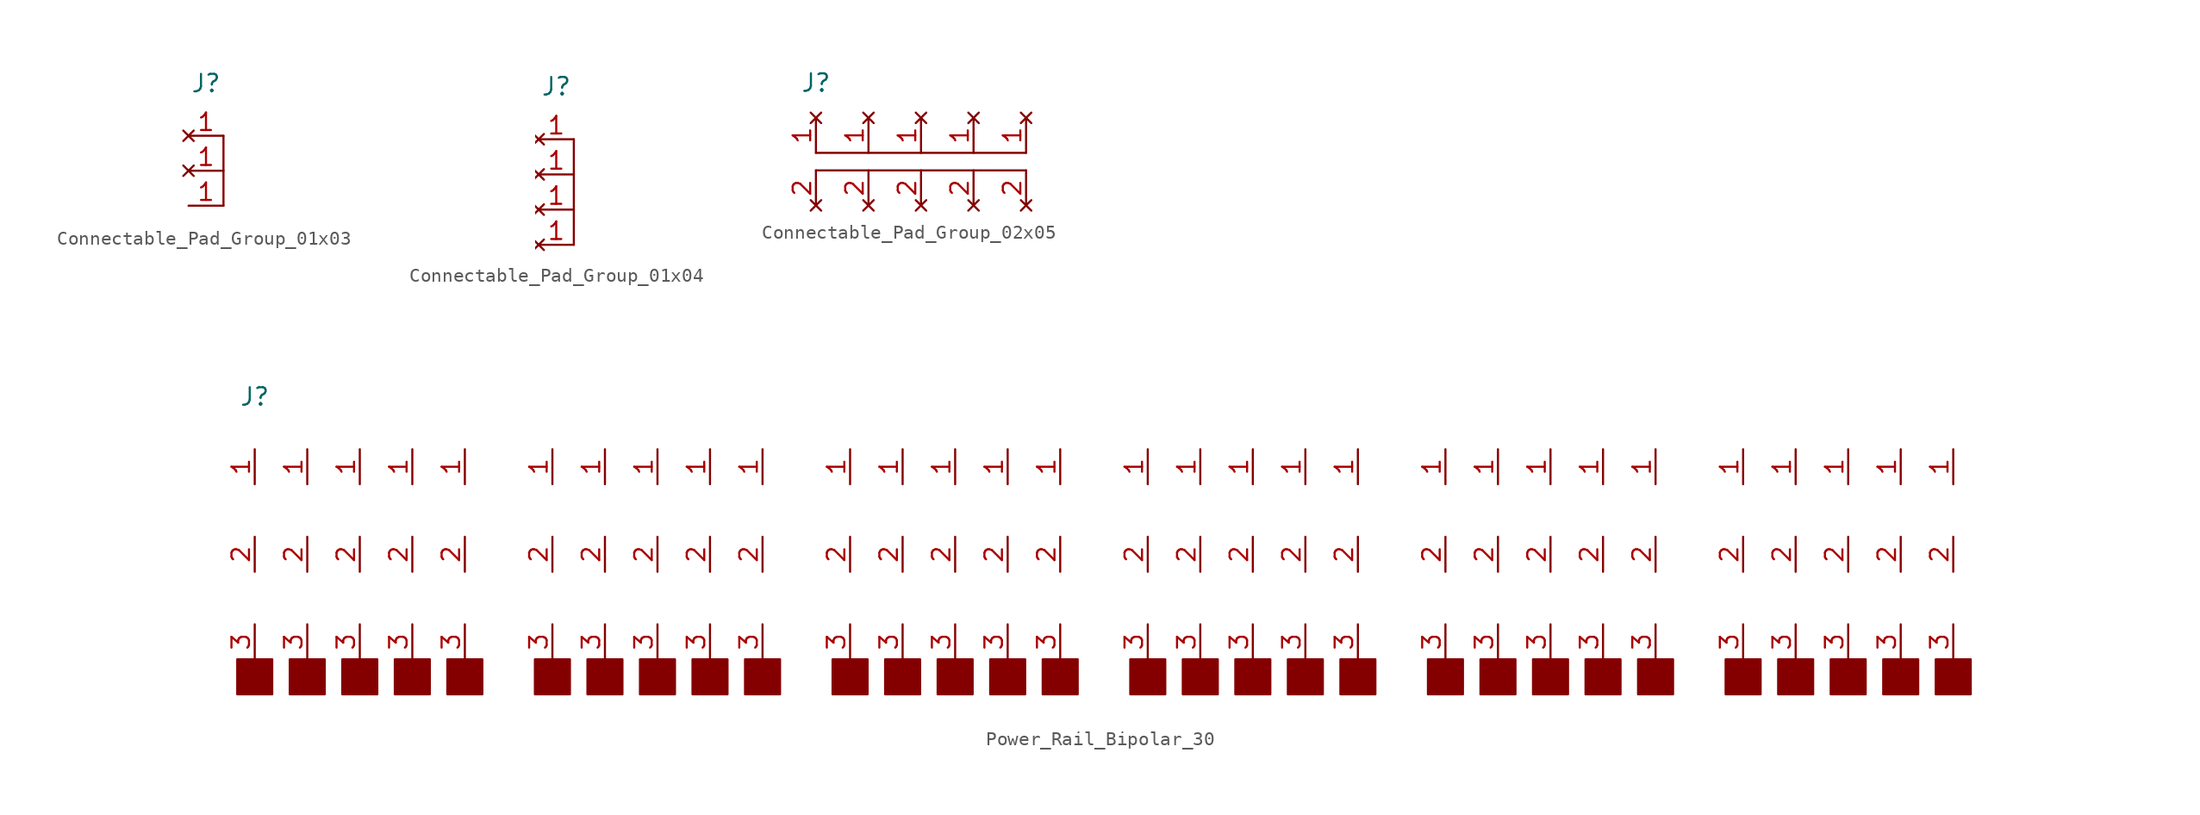
<source format=kicad_sym>
(kicad_symbol_lib
  (version 20220914)
  (generator kicad_symbol_editor)
  (symbol "Connectable_Pad_Group_01x03"
    (property "Reference" "J"
      (at 0 2.54 0)
      (effects (font (size 1.27 1.27))))
    (symbol "Connectable_Pad_Group_01x03_0_1"
      (polyline (pts (xy 1.27 -1.27) (xy 1.27 -6.35)) (stroke (width 0) (type default)) (fill (type none))))
    (symbol "Connectable_Pad_Group_01x03_1_1"
      (pin passive line (at -1.27 -6.35 0) (length 2.54) (name "" (effects (font (size 1.27 1.27)))) (number "1" (effects (font (size 1.27 1.27)))))
      (pin no_connect line (at -1.27 -3.81 0) (length 2.54) (name "" (effects (font (size 1.27 1.27)))) (number "1" (effects (font (size 1.27 1.27)))))
      (pin no_connect line (at -1.27 -1.27 0) (length 2.54) (name "" (effects (font (size 1.27 1.27)))) (number "1" (effects (font (size 1.27 1.27)))))))
  (symbol "Connectable_Pad_Group_01x04"
    (property "Reference" "J"
      (at 0 2.54 0)
      (effects (font (size 1.27 1.27))))
    (symbol "Connectable_Pad_Group_01x04_0_1"
      (polyline (pts (xy 1.27 -1.27) (xy 1.27 -8.89)) (stroke (width 0) (type default)) (fill (type none))))
    (symbol "Connectable_Pad_Group_01x04_1_1"
      (pin no_connect line (at -1.27 -8.89 0) (length 2.54) (name "" (effects (font (size 1.27 1.27)))) (number "1" (effects (font (size 1.27 1.27)))))
      (pin no_connect line (at -1.27 -6.35 0) (length 2.54) (name "" (effects (font (size 1.27 1.27)))) (number "1" (effects (font (size 1.27 1.27)))))
      (pin no_connect line (at -1.27 -3.81 0) (length 2.54) (name "" (effects (font (size 1.27 1.27)))) (number "1" (effects (font (size 1.27 1.27)))))
      (pin no_connect line (at -1.27 -1.27 0) (length 2.54) (name "" (effects (font (size 1.27 1.27)))) (number "1" (effects (font (size 1.27 1.27)))))))
  (symbol "Connectable_Pad_Group_02x05"
    (property "Reference" "J"
      (at 0 0 0)
      (effects (font (size 1.27 1.27))))
    (property "Value" ""
      (at 0 0 0)
      (effects (font (size 1.27 1.27))))
    (symbol "Connectable_Pad_Group_02x05_0_1"
      (polyline (pts (xy 0 -5.08) (xy 15.24 -5.08)) (stroke (width 0) (type default)) (fill (type none)))
      (polyline (pts (xy 15.24 -6.35) (xy 0 -6.35)) (stroke (width 0) (type default)) (fill (type none))))
    (symbol "Connectable_Pad_Group_02x05_1_1"
      (pin no_connect line (at 0 -2.54 270) (length 2.54) (name "" (effects (font (size 1.27 1.27)))) (number "1" (effects (font (size 1.27 1.27)))))
      (pin no_connect line (at 3.81 -2.54 270) (length 2.54) (name "" (effects (font (size 1.27 1.27)))) (number "1" (effects (font (size 1.27 1.27)))))
      (pin no_connect line (at 7.62 -2.54 270) (length 2.54) (name "" (effects (font (size 1.27 1.27)))) (number "1" (effects (font (size 1.27 1.27)))))
      (pin no_connect line (at 11.43 -2.54 270) (length 2.54) (name "" (effects (font (size 1.27 1.27)))) (number "1" (effects (font (size 1.27 1.27)))))
      (pin no_connect line (at 15.24 -2.54 270) (length 2.54) (name "" (effects (font (size 1.27 1.27)))) (number "1" (effects (font (size 1.27 1.27)))))
      (pin no_connect line (at 0 -8.89 90) (length 2.54) (name "" (effects (font (size 1.27 1.27)))) (number "2" (effects (font (size 1.27 1.27)))))
      (pin no_connect line (at 3.81 -8.89 90) (length 2.54) (name "" (effects (font (size 1.27 1.27)))) (number "2" (effects (font (size 1.27 1.27)))))
      (pin no_connect line (at 7.62 -8.89 90) (length 2.54) (name "" (effects (font (size 1.27 1.27)))) (number "2" (effects (font (size 1.27 1.27)))))
      (pin no_connect line (at 11.43 -8.89 90) (length 2.54) (name "" (effects (font (size 1.27 1.27)))) (number "2" (effects (font (size 1.27 1.27)))))
      (pin no_connect line (at 15.24 -8.89 90) (length 2.54) (name "" (effects (font (size 1.27 1.27)))) (number "2" (effects (font (size 1.27 1.27)))))))
  (symbol "Power_Rail_Bipolar_30"
    (property "Reference" "J"
      (at 0 2.54 0)
      (effects (font (size 1.27 1.27))))
    (symbol "Power_Rail_Bipolar_30_0_1"
      (rectangle (start -1.27 -16.51) (end 1.27 -19.05) (stroke (width 0) (type default)) (fill (type outline)))
      (rectangle (start 2.54 -16.51) (end 5.08 -19.05) (stroke (width 0) (type default)) (fill (type outline)))
      (rectangle (start 6.35 -16.51) (end 8.89 -19.05) (stroke (width 0) (type default)) (fill (type outline)))
      (rectangle (start 10.16 -16.51) (end 12.7 -19.05) (stroke (width 0) (type default)) (fill (type outline)))
      (rectangle (start 13.97 -16.51) (end 16.51 -19.05) (stroke (width 0) (type default)) (fill (type outline)))
      (rectangle (start 20.32 -16.51) (end 22.86 -19.05) (stroke (width 0) (type default)) (fill (type outline)))
      (rectangle (start 24.13 -16.51) (end 26.67 -19.05) (stroke (width 0) (type default)) (fill (type outline)))
      (rectangle (start 27.94 -16.51) (end 30.48 -19.05) (stroke (width 0) (type default)) (fill (type outline)))
      (rectangle (start 31.75 -16.51) (end 34.29 -19.05) (stroke (width 0) (type default)) (fill (type outline)))
      (rectangle (start 35.56 -16.51) (end 38.1 -19.05) (stroke (width 0) (type default)) (fill (type outline)))
      (rectangle (start 41.91 -16.51) (end 44.45 -19.05) (stroke (width 0) (type default)) (fill (type outline)))
      (rectangle (start 45.72 -16.51) (end 48.26 -19.05) (stroke (width 0) (type default)) (fill (type outline)))
      (rectangle (start 49.53 -16.51) (end 52.07 -19.05) (stroke (width 0) (type default)) (fill (type outline)))
      (rectangle (start 53.34 -16.51) (end 55.88 -19.05) (stroke (width 0) (type default)) (fill (type outline)))
      (rectangle (start 57.15 -16.51) (end 59.69 -19.05) (stroke (width 0) (type default)) (fill (type outline)))
      (rectangle (start 63.5 -16.51) (end 66.04 -19.05) (stroke (width 0) (type default)) (fill (type outline)))
      (rectangle (start 67.31 -16.51) (end 69.85 -19.05) (stroke (width 0) (type default)) (fill (type outline)))
      (rectangle (start 71.12 -16.51) (end 73.66 -19.05) (stroke (width 0) (type default)) (fill (type outline)))
      (rectangle (start 74.93 -16.51) (end 77.47 -19.05) (stroke (width 0) (type default)) (fill (type outline)))
      (rectangle (start 78.74 -16.51) (end 81.28 -19.05) (stroke (width 0) (type default)) (fill (type outline)))
      (rectangle (start 85.09 -16.51) (end 87.63 -19.05) (stroke (width 0) (type default)) (fill (type outline)))
      (rectangle (start 88.9 -16.51) (end 91.44 -19.05) (stroke (width 0) (type default)) (fill (type outline)))
      (rectangle (start 92.71 -16.51) (end 95.25 -19.05) (stroke (width 0) (type default)) (fill (type outline)))
      (rectangle (start 96.52 -16.51) (end 99.06 -19.05) (stroke (width 0) (type default)) (fill (type outline)))
      (rectangle (start 100.33 -16.51) (end 102.87 -19.05) (stroke (width 0) (type default)) (fill (type outline)))
      (rectangle (start 106.68 -16.51) (end 109.22 -19.05) (stroke (width 0) (type default)) (fill (type outline)))
      (rectangle (start 110.49 -16.51) (end 113.03 -19.05) (stroke (width 0) (type default)) (fill (type outline)))
      (rectangle (start 114.3 -16.51) (end 116.84 -19.05) (stroke (width 0) (type default)) (fill (type outline)))
      (rectangle (start 118.11 -16.51) (end 120.65 -19.05) (stroke (width 0) (type default)) (fill (type outline)))
      (rectangle (start 121.92 -16.51) (end 124.46 -19.05) (stroke (width 0) (type default)) (fill (type outline))))
    (symbol "Power_Rail_Bipolar_30_1_1"
      (pin passive line (at 0 -1.27 270) (length 2.54) (name "" (effects (font (size 1.27 1.27)))) (number "1" (effects (font (size 1.27 1.27)))))
      (pin passive line (at 3.81 -1.27 270) (length 2.54) (name "" (effects (font (size 1.27 1.27)))) (number "1" (effects (font (size 1.27 1.27)))))
      (pin passive line (at 7.62 -1.27 270) (length 2.54) (name "" (effects (font (size 1.27 1.27)))) (number "1" (effects (font (size 1.27 1.27)))))
      (pin passive line (at 11.43 -1.27 270) (length 2.54) (name "" (effects (font (size 1.27 1.27)))) (number "1" (effects (font (size 1.27 1.27)))))
      (pin passive line (at 15.24 -1.27 270) (length 2.54) (name "" (effects (font (size 1.27 1.27)))) (number "1" (effects (font (size 1.27 1.27)))))
      (pin passive line (at 21.59 -1.27 270) (length 2.54) (name "" (effects (font (size 1.27 1.27)))) (number "1" (effects (font (size 1.27 1.27)))))
      (pin passive line (at 25.4 -1.27 270) (length 2.54) (name "" (effects (font (size 1.27 1.27)))) (number "1" (effects (font (size 1.27 1.27)))))
      (pin passive line (at 29.21 -1.27 270) (length 2.54) (name "" (effects (font (size 1.27 1.27)))) (number "1" (effects (font (size 1.27 1.27)))))
      (pin passive line (at 33.02 -1.27 270) (length 2.54) (name "" (effects (font (size 1.27 1.27)))) (number "1" (effects (font (size 1.27 1.27)))))
      (pin passive line (at 36.83 -1.27 270) (length 2.54) (name "" (effects (font (size 1.27 1.27)))) (number "1" (effects (font (size 1.27 1.27)))))
      (pin passive line (at 43.18 -1.27 270) (length 2.54) (name "" (effects (font (size 1.27 1.27)))) (number "1" (effects (font (size 1.27 1.27)))))
      (pin passive line (at 46.99 -1.27 270) (length 2.54) (name "" (effects (font (size 1.27 1.27)))) (number "1" (effects (font (size 1.27 1.27)))))
      (pin passive line (at 50.8 -1.27 270) (length 2.54) (name "" (effects (font (size 1.27 1.27)))) (number "1" (effects (font (size 1.27 1.27)))))
      (pin passive line (at 54.61 -1.27 270) (length 2.54) (name "" (effects (font (size 1.27 1.27)))) (number "1" (effects (font (size 1.27 1.27)))))
      (pin passive line (at 58.42 -1.27 270) (length 2.54) (name "" (effects (font (size 1.27 1.27)))) (number "1" (effects (font (size 1.27 1.27)))))
      (pin passive line (at 64.77 -1.27 270) (length 2.54) (name "" (effects (font (size 1.27 1.27)))) (number "1" (effects (font (size 1.27 1.27)))))
      (pin passive line (at 68.58 -1.27 270) (length 2.54) (name "" (effects (font (size 1.27 1.27)))) (number "1" (effects (font (size 1.27 1.27)))))
      (pin passive line (at 72.39 -1.27 270) (length 2.54) (name "" (effects (font (size 1.27 1.27)))) (number "1" (effects (font (size 1.27 1.27)))))
      (pin passive line (at 76.2 -1.27 270) (length 2.54) (name "" (effects (font (size 1.27 1.27)))) (number "1" (effects (font (size 1.27 1.27)))))
      (pin passive line (at 80.01 -1.27 270) (length 2.54) (name "" (effects (font (size 1.27 1.27)))) (number "1" (effects (font (size 1.27 1.27)))))
      (pin passive line (at 86.36 -1.27 270) (length 2.54) (name "" (effects (font (size 1.27 1.27)))) (number "1" (effects (font (size 1.27 1.27)))))
      (pin passive line (at 90.17 -1.27 270) (length 2.54) (name "" (effects (font (size 1.27 1.27)))) (number "1" (effects (font (size 1.27 1.27)))))
      (pin passive line (at 93.98 -1.27 270) (length 2.54) (name "" (effects (font (size 1.27 1.27)))) (number "1" (effects (font (size 1.27 1.27)))))
      (pin passive line (at 97.79 -1.27 270) (length 2.54) (name "" (effects (font (size 1.27 1.27)))) (number "1" (effects (font (size 1.27 1.27)))))
      (pin passive line (at 101.6 -1.27 270) (length 2.54) (name "" (effects (font (size 1.27 1.27)))) (number "1" (effects (font (size 1.27 1.27)))))
      (pin passive line (at 107.95 -1.27 270) (length 2.54) (name "" (effects (font (size 1.27 1.27)))) (number "1" (effects (font (size 1.27 1.27)))))
      (pin passive line (at 111.76 -1.27 270) (length 2.54) (name "" (effects (font (size 1.27 1.27)))) (number "1" (effects (font (size 1.27 1.27)))))
      (pin passive line (at 115.57 -1.27 270) (length 2.54) (name "" (effects (font (size 1.27 1.27)))) (number "1" (effects (font (size 1.27 1.27)))))
      (pin passive line (at 119.38 -1.27 270) (length 2.54) (name "" (effects (font (size 1.27 1.27)))) (number "1" (effects (font (size 1.27 1.27)))))
      (pin passive line (at 123.19 -1.27 270) (length 2.54) (name "" (effects (font (size 1.27 1.27)))) (number "1" (effects (font (size 1.27 1.27)))))
      (pin passive line (at 0 -7.62 270) (length 2.54) (name "" (effects (font (size 1.27 1.27)))) (number "2" (effects (font (size 1.27 1.27)))))
      (pin passive line (at 3.81 -7.62 270) (length 2.54) (name "" (effects (font (size 1.27 1.27)))) (number "2" (effects (font (size 1.27 1.27)))))
      (pin passive line (at 7.62 -7.62 270) (length 2.54) (name "" (effects (font (size 1.27 1.27)))) (number "2" (effects (font (size 1.27 1.27)))))
      (pin passive line (at 11.43 -7.62 270) (length 2.54) (name "" (effects (font (size 1.27 1.27)))) (number "2" (effects (font (size 1.27 1.27)))))
      (pin passive line (at 15.24 -7.62 270) (length 2.54) (name "" (effects (font (size 1.27 1.27)))) (number "2" (effects (font (size 1.27 1.27)))))
      (pin passive line (at 21.59 -7.62 270) (length 2.54) (name "" (effects (font (size 1.27 1.27)))) (number "2" (effects (font (size 1.27 1.27)))))
      (pin passive line (at 25.4 -7.62 270) (length 2.54) (name "" (effects (font (size 1.27 1.27)))) (number "2" (effects (font (size 1.27 1.27)))))
      (pin passive line (at 29.21 -7.62 270) (length 2.54) (name "" (effects (font (size 1.27 1.27)))) (number "2" (effects (font (size 1.27 1.27)))))
      (pin passive line (at 33.02 -7.62 270) (length 2.54) (name "" (effects (font (size 1.27 1.27)))) (number "2" (effects (font (size 1.27 1.27)))))
      (pin passive line (at 36.83 -7.62 270) (length 2.54) (name "" (effects (font (size 1.27 1.27)))) (number "2" (effects (font (size 1.27 1.27)))))
      (pin passive line (at 43.18 -7.62 270) (length 2.54) (name "" (effects (font (size 1.27 1.27)))) (number "2" (effects (font (size 1.27 1.27)))))
      (pin passive line (at 46.99 -7.62 270) (length 2.54) (name "" (effects (font (size 1.27 1.27)))) (number "2" (effects (font (size 1.27 1.27)))))
      (pin passive line (at 50.8 -7.62 270) (length 2.54) (name "" (effects (font (size 1.27 1.27)))) (number "2" (effects (font (size 1.27 1.27)))))
      (pin passive line (at 54.61 -7.62 270) (length 2.54) (name "" (effects (font (size 1.27 1.27)))) (number "2" (effects (font (size 1.27 1.27)))))
      (pin passive line (at 58.42 -7.62 270) (length 2.54) (name "" (effects (font (size 1.27 1.27)))) (number "2" (effects (font (size 1.27 1.27)))))
      (pin passive line (at 64.77 -7.62 270) (length 2.54) (name "" (effects (font (size 1.27 1.27)))) (number "2" (effects (font (size 1.27 1.27)))))
      (pin passive line (at 68.58 -7.62 270) (length 2.54) (name "" (effects (font (size 1.27 1.27)))) (number "2" (effects (font (size 1.27 1.27)))))
      (pin passive line (at 72.39 -7.62 270) (length 2.54) (name "" (effects (font (size 1.27 1.27)))) (number "2" (effects (font (size 1.27 1.27)))))
      (pin passive line (at 76.2 -7.62 270) (length 2.54) (name "" (effects (font (size 1.27 1.27)))) (number "2" (effects (font (size 1.27 1.27)))))
      (pin passive line (at 80.01 -7.62 270) (length 2.54) (name "" (effects (font (size 1.27 1.27)))) (number "2" (effects (font (size 1.27 1.27)))))
      (pin passive line (at 86.36 -7.62 270) (length 2.54) (name "" (effects (font (size 1.27 1.27)))) (number "2" (effects (font (size 1.27 1.27)))))
      (pin passive line (at 90.17 -7.62 270) (length 2.54) (name "" (effects (font (size 1.27 1.27)))) (number "2" (effects (font (size 1.27 1.27)))))
      (pin passive line (at 93.98 -7.62 270) (length 2.54) (name "" (effects (font (size 1.27 1.27)))) (number "2" (effects (font (size 1.27 1.27)))))
      (pin passive line (at 97.79 -7.62 270) (length 2.54) (name "" (effects (font (size 1.27 1.27)))) (number "2" (effects (font (size 1.27 1.27)))))
      (pin passive line (at 101.6 -7.62 270) (length 2.54) (name "" (effects (font (size 1.27 1.27)))) (number "2" (effects (font (size 1.27 1.27)))))
      (pin passive line (at 107.95 -7.62 270) (length 2.54) (name "" (effects (font (size 1.27 1.27)))) (number "2" (effects (font (size 1.27 1.27)))))
      (pin passive line (at 111.76 -7.62 270) (length 2.54) (name "" (effects (font (size 1.27 1.27)))) (number "2" (effects (font (size 1.27 1.27)))))
      (pin passive line (at 115.57 -7.62 270) (length 2.54) (name "" (effects (font (size 1.27 1.27)))) (number "2" (effects (font (size 1.27 1.27)))))
      (pin passive line (at 119.38 -7.62 270) (length 2.54) (name "" (effects (font (size 1.27 1.27)))) (number "2" (effects (font (size 1.27 1.27)))))
      (pin passive line (at 123.19 -7.62 270) (length 2.54) (name "" (effects (font (size 1.27 1.27)))) (number "2" (effects (font (size 1.27 1.27)))))
      (pin passive line (at 0 -13.97 270) (length 2.54) (name "" (effects (font (size 1.27 1.27)))) (number "3" (effects (font (size 1.27 1.27)))))
      (pin passive line (at 3.81 -13.97 270) (length 2.54) (name "" (effects (font (size 1.27 1.27)))) (number "3" (effects (font (size 1.27 1.27)))))
      (pin passive line (at 7.62 -13.97 270) (length 2.54) (name "" (effects (font (size 1.27 1.27)))) (number "3" (effects (font (size 1.27 1.27)))))
      (pin passive line (at 11.43 -13.97 270) (length 2.54) (name "" (effects (font (size 1.27 1.27)))) (number "3" (effects (font (size 1.27 1.27)))))
      (pin passive line (at 15.24 -13.97 270) (length 2.54) (name "" (effects (font (size 1.27 1.27)))) (number "3" (effects (font (size 1.27 1.27)))))
      (pin passive line (at 21.59 -13.97 270) (length 2.54) (name "" (effects (font (size 1.27 1.27)))) (number "3" (effects (font (size 1.27 1.27)))))
      (pin passive line (at 25.4 -13.97 270) (length 2.54) (name "" (effects (font (size 1.27 1.27)))) (number "3" (effects (font (size 1.27 1.27)))))
      (pin passive line (at 29.21 -13.97 270) (length 2.54) (name "" (effects (font (size 1.27 1.27)))) (number "3" (effects (font (size 1.27 1.27)))))
      (pin passive line (at 33.02 -13.97 270) (length 2.54) (name "" (effects (font (size 1.27 1.27)))) (number "3" (effects (font (size 1.27 1.27)))))
      (pin passive line (at 36.83 -13.97 270) (length 2.54) (name "" (effects (font (size 1.27 1.27)))) (number "3" (effects (font (size 1.27 1.27)))))
      (pin passive line (at 43.18 -13.97 270) (length 2.54) (name "" (effects (font (size 1.27 1.27)))) (number "3" (effects (font (size 1.27 1.27)))))
      (pin passive line (at 46.99 -13.97 270) (length 2.54) (name "" (effects (font (size 1.27 1.27)))) (number "3" (effects (font (size 1.27 1.27)))))
      (pin passive line (at 50.8 -13.97 270) (length 2.54) (name "" (effects (font (size 1.27 1.27)))) (number "3" (effects (font (size 1.27 1.27)))))
      (pin passive line (at 54.61 -13.97 270) (length 2.54) (name "" (effects (font (size 1.27 1.27)))) (number "3" (effects (font (size 1.27 1.27)))))
      (pin passive line (at 58.42 -13.97 270) (length 2.54) (name "" (effects (font (size 1.27 1.27)))) (number "3" (effects (font (size 1.27 1.27)))))
      (pin passive line (at 64.77 -13.97 270) (length 2.54) (name "" (effects (font (size 1.27 1.27)))) (number "3" (effects (font (size 1.27 1.27)))))
      (pin passive line (at 68.58 -13.97 270) (length 2.54) (name "" (effects (font (size 1.27 1.27)))) (number "3" (effects (font (size 1.27 1.27)))))
      (pin passive line (at 72.39 -13.97 270) (length 2.54) (name "" (effects (font (size 1.27 1.27)))) (number "3" (effects (font (size 1.27 1.27)))))
      (pin passive line (at 76.2 -13.97 270) (length 2.54) (name "" (effects (font (size 1.27 1.27)))) (number "3" (effects (font (size 1.27 1.27)))))
      (pin passive line (at 80.01 -13.97 270) (length 2.54) (name "" (effects (font (size 1.27 1.27)))) (number "3" (effects (font (size 1.27 1.27)))))
      (pin passive line (at 86.36 -13.97 270) (length 2.54) (name "" (effects (font (size 1.27 1.27)))) (number "3" (effects (font (size 1.27 1.27)))))
      (pin passive line (at 90.17 -13.97 270) (length 2.54) (name "" (effects (font (size 1.27 1.27)))) (number "3" (effects (font (size 1.27 1.27)))))
      (pin passive line (at 93.98 -13.97 270) (length 2.54) (name "" (effects (font (size 1.27 1.27)))) (number "3" (effects (font (size 1.27 1.27)))))
      (pin passive line (at 97.79 -13.97 270) (length 2.54) (name "" (effects (font (size 1.27 1.27)))) (number "3" (effects (font (size 1.27 1.27)))))
      (pin passive line (at 101.6 -13.97 270) (length 2.54) (name "" (effects (font (size 1.27 1.27)))) (number "3" (effects (font (size 1.27 1.27)))))
      (pin passive line (at 107.95 -13.97 270) (length 2.54) (name "" (effects (font (size 1.27 1.27)))) (number "3" (effects (font (size 1.27 1.27)))))
      (pin passive line (at 111.76 -13.97 270) (length 2.54) (name "" (effects (font (size 1.27 1.27)))) (number "3" (effects (font (size 1.27 1.27)))))
      (pin passive line (at 115.57 -13.97 270) (length 2.54) (name "" (effects (font (size 1.27 1.27)))) (number "3" (effects (font (size 1.27 1.27)))))
      (pin passive line (at 119.38 -13.97 270) (length 2.54) (name "" (effects (font (size 1.27 1.27)))) (number "3" (effects (font (size 1.27 1.27)))))
      (pin passive line (at 123.19 -13.97 270) (length 2.54) (name "" (effects (font (size 1.27 1.27)))) (number "3" (effects (font (size 1.27 1.27))))))))
</source>
